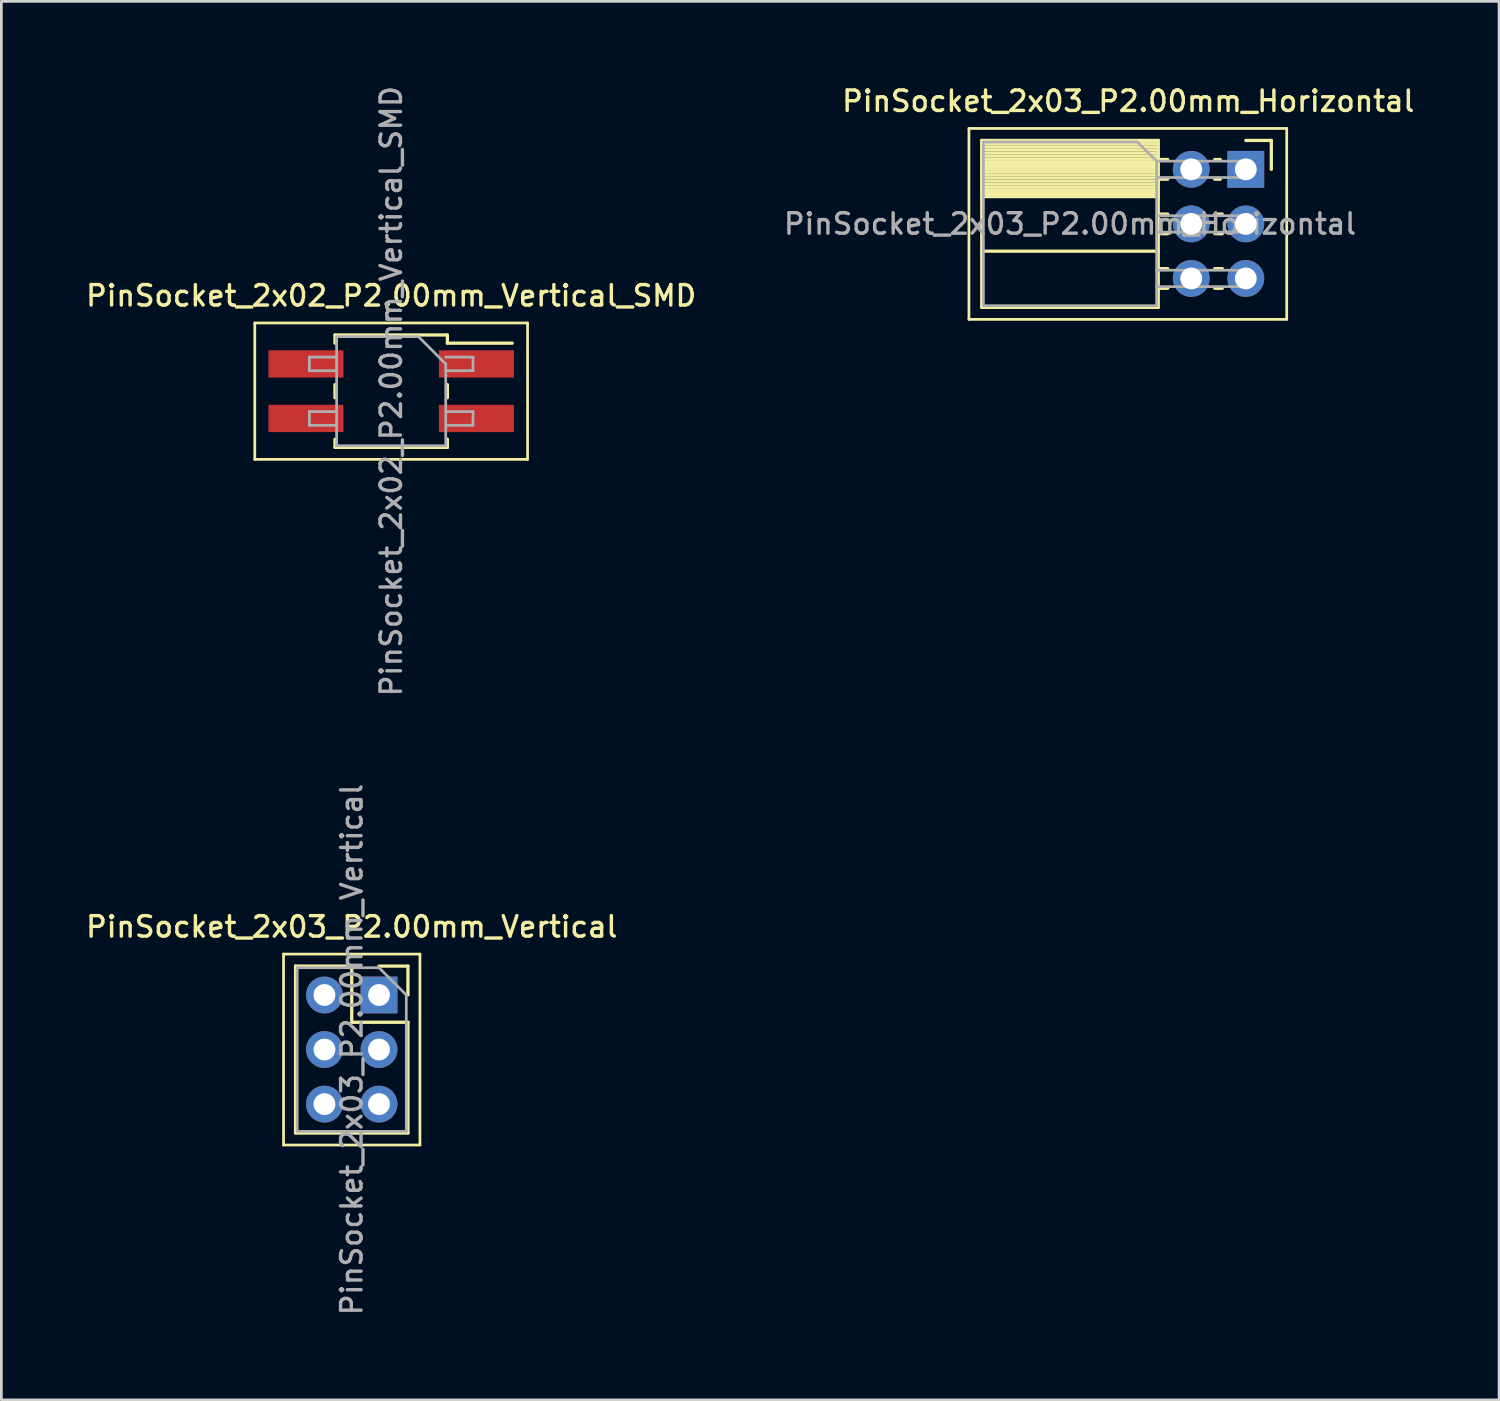
<source format=kicad_pcb>
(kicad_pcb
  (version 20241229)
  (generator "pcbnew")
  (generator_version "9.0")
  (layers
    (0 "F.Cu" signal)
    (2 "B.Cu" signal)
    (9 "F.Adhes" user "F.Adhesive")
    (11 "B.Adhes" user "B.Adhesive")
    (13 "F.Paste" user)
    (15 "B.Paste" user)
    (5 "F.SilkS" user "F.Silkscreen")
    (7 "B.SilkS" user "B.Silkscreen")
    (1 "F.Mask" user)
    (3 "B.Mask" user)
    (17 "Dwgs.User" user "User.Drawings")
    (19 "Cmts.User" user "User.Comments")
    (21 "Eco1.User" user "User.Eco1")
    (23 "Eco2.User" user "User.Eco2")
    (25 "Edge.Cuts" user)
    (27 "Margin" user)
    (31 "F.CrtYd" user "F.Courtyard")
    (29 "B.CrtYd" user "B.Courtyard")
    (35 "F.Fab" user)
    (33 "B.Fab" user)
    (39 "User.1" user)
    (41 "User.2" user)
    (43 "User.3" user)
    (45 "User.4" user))
  (footprint "PinSocket_2x03_P2.00mm_Horizontal"
    (layer "F.Cu")
    (at 42.622 3.158)
    (property "Reference" "PinSocket_2x03_P2.00mm_Horizontal" (at -4.31 -2.5 0) (layer "F.SilkS") (effects (font (size 0.75 0.75) (thickness 0.125))))
    (attr through_hole)
    (fp_line (start -10.15 -1.5) (end -10.15 5.5) (stroke (width 0.1) (type solid)) (layer "F.SilkS"))
    (fp_line (start -10.15 5.5) (end 1.5 5.5) (stroke (width 0.1) (type solid)) (layer "F.SilkS"))
    (fp_line (start -9.68 -1.06) (end -9.68 5.06) (stroke (width 0.12) (type solid)) (layer "F.SilkS"))
    (fp_line (start -9.68 -1.06) (end -3.21 -1.06) (stroke (width 0.12) (type solid)) (layer "F.SilkS"))
    (fp_line (start -9.68 -0.94) (end -3.21 -0.94) (stroke (width 0.12) (type solid)) (layer "F.SilkS"))
    (fp_line (start -9.68 -0.826) (end -3.21 -0.826) (stroke (width 0.12) (type solid)) (layer "F.SilkS"))
    (fp_line (start -9.68 -0.712) (end -3.21 -0.712) (stroke (width 0.12) (type solid)) (layer "F.SilkS"))
    (fp_line (start -9.68 -0.598) (end -3.21 -0.598) (stroke (width 0.12) (type solid)) (layer "F.SilkS"))
    (fp_line (start -9.68 -0.484) (end -3.21 -0.484) (stroke (width 0.12) (type solid)) (layer "F.SilkS"))
    (fp_line (start -9.68 -0.369) (end -3.21 -0.369) (stroke (width 0.12) (type solid)) (layer "F.SilkS"))
    (fp_line (start -9.68 -0.255) (end -3.21 -0.255) (stroke (width 0.12) (type solid)) (layer "F.SilkS"))
    (fp_line (start -9.68 -0.141) (end -3.21 -0.141) (stroke (width 0.12) (type solid)) (layer "F.SilkS"))
    (fp_line (start -9.68 -0.027) (end -3.21 -0.027) (stroke (width 0.12) (type solid)) (layer "F.SilkS"))
    (fp_line (start -9.68 0.087) (end -3.21 0.087) (stroke (width 0.12) (type solid)) (layer "F.SilkS"))
    (fp_line (start -9.68 0.201) (end -3.21 0.201) (stroke (width 0.12) (type solid)) (layer "F.SilkS"))
    (fp_line (start -9.68 0.315) (end -3.21 0.315) (stroke (width 0.12) (type solid)) (layer "F.SilkS"))
    (fp_line (start -9.68 0.429) (end -3.21 0.429) (stroke (width 0.12) (type solid)) (layer "F.SilkS"))
    (fp_line (start -9.68 0.544) (end -3.21 0.544) (stroke (width 0.12) (type solid)) (layer "F.SilkS"))
    (fp_line (start -9.68 0.658) (end -3.21 0.658) (stroke (width 0.12) (type solid)) (layer "F.SilkS"))
    (fp_line (start -9.68 0.772) (end -3.21 0.772) (stroke (width 0.12) (type solid)) (layer "F.SilkS"))
    (fp_line (start -9.68 0.886) (end -3.21 0.886) (stroke (width 0.12) (type solid)) (layer "F.SilkS"))
    (fp_line (start -9.68 1) (end -3.21 1) (stroke (width 0.12) (type solid)) (layer "F.SilkS"))
    (fp_line (start -9.68 3) (end -3.21 3) (stroke (width 0.12) (type solid)) (layer "F.SilkS"))
    (fp_line (start -9.68 5.06) (end -3.21 5.06) (stroke (width 0.12) (type solid)) (layer "F.SilkS"))
    (fp_line (start -3.21 -1.06) (end -3.21 5.06) (stroke (width 0.12) (type solid)) (layer "F.SilkS"))
    (fp_line (start -3.21 -0.36) (end -2.863 -0.36) (stroke (width 0.12) (type solid)) (layer "F.SilkS"))
    (fp_line (start -3.21 0.36) (end -2.863 0.36) (stroke (width 0.12) (type solid)) (layer "F.SilkS"))
    (fp_line (start -3.21 1.64) (end -2.863 1.64) (stroke (width 0.12) (type solid)) (layer "F.SilkS"))
    (fp_line (start -3.21 2.36) (end -2.863 2.36) (stroke (width 0.12) (type solid)) (layer "F.SilkS"))
    (fp_line (start -3.21 3.64) (end -2.863 3.64) (stroke (width 0.12) (type solid)) (layer "F.SilkS"))
    (fp_line (start -3.21 4.36) (end -2.863 4.36) (stroke (width 0.12) (type solid)) (layer "F.SilkS"))
    (fp_line (start -1.137 -0.36) (end -0.935 -0.36) (stroke (width 0.12) (type solid)) (layer "F.SilkS"))
    (fp_line (start -1.137 0.36) (end -0.935 0.36) (stroke (width 0.12) (type solid)) (layer "F.SilkS"))
    (fp_line (start -1.137 1.64) (end -0.863 1.64) (stroke (width 0.12) (type solid)) (layer "F.SilkS"))
    (fp_line (start -1.137 2.36) (end -0.863 2.36) (stroke (width 0.12) (type solid)) (layer "F.SilkS"))
    (fp_line (start -1.137 3.64) (end -0.863 3.64) (stroke (width 0.12) (type solid)) (layer "F.SilkS"))
    (fp_line (start -1.137 4.36) (end -0.863 4.36) (stroke (width 0.12) (type solid)) (layer "F.SilkS"))
    (fp_line (start 0 -1.06) (end 0.935 -1.06) (stroke (width 0.12) (type solid)) (layer "F.SilkS"))
    (fp_line (start 0.935 -1.06) (end 0.935 0) (stroke (width 0.12) (type solid)) (layer "F.SilkS"))
    (fp_line (start 1.5 -1.5) (end -10.15 -1.5) (stroke (width 0.1) (type solid)) (layer "F.SilkS"))
    (fp_line (start 1.5 5.5) (end 1.5 -1.5) (stroke (width 0.1) (type solid)) (layer "F.SilkS"))
    (fp_line (start -9.62 -1) (end -3.97 -1) (stroke (width 0.1) (type solid)) (layer "F.Fab"))
    (fp_line (start -9.62 5) (end -9.62 -1) (stroke (width 0.1) (type solid)) (layer "F.Fab"))
    (fp_line (start -3.97 -1) (end -3.27 -0.3) (stroke (width 0.1) (type solid)) (layer "F.Fab"))
    (fp_line (start -3.27 -0.3) (end -3.27 5) (stroke (width 0.1) (type solid)) (layer "F.Fab"))
    (fp_line (start -3.27 0.3) (end 0 0.3) (stroke (width 0.1) (type solid)) (layer "F.Fab"))
    (fp_line (start -3.27 2.3) (end 0 2.3) (stroke (width 0.1) (type solid)) (layer "F.Fab"))
    (fp_line (start -3.27 4.3) (end 0 4.3) (stroke (width 0.1) (type solid)) (layer "F.Fab"))
    (fp_line (start -3.27 5) (end -9.62 5) (stroke (width 0.1) (type solid)) (layer "F.Fab"))
    (fp_line (start 0 -0.3) (end -3.27 -0.3) (stroke (width 0.1) (type solid)) (layer "F.Fab"))
    (fp_line (start 0 0.3) (end 0 -0.3) (stroke (width 0.1) (type solid)) (layer "F.Fab"))
    (fp_line (start 0 1.7) (end -3.27 1.7) (stroke (width 0.1) (type solid)) (layer "F.Fab"))
    (fp_line (start 0 2.3) (end 0 1.7) (stroke (width 0.1) (type solid)) (layer "F.Fab"))
    (fp_line (start 0 3.7) (end -3.27 3.7) (stroke (width 0.1) (type solid)) (layer "F.Fab"))
    (fp_line (start 0 4.3) (end 0 3.7) (stroke (width 0.1) (type solid)) (layer "F.Fab"))
    (fp_text user "${REFERENCE}" (at -6.445 2 0) (layer "F.Fab") (effects (font (size 0.75 0.75) (thickness 0.125))))
    (pad "1" thru_hole rect (at 0 0) (size 1.35 1.35) (drill 0.8) (layers "*.Cu" "*.Mask"))
    (pad "2" thru_hole oval (at -2 0) (size 1.35 1.35) (drill 0.8) (layers "*.Cu" "*.Mask"))
    (pad "3" thru_hole oval (at 0 2) (size 1.35 1.35) (drill 0.8) (layers "*.Cu" "*.Mask"))
    (pad "4" thru_hole oval (at -2 2) (size 1.35 1.35) (drill 0.8) (layers "*.Cu" "*.Mask"))
    (pad "5" thru_hole oval (at 0 4) (size 1.35 1.35) (drill 0.8) (layers "*.Cu" "*.Mask"))
    (pad "6" thru_hole oval (at -2 4) (size 1.35 1.35) (drill 0.8) (layers "*.Cu" "*.Mask")))
  (footprint "PinSocket_2x02_P2.00mm_Vertical_SMD"
    (layer "F.Cu")
    (at 11.291 11.291)
    (property "Reference" "PinSocket_2x02_P2.00mm_Vertical_SMD" (at 0 -3.5 0) (layer "F.SilkS") (effects (font (size 0.75 0.75) (thickness 0.125))))
    (attr smd)
    (fp_line (start -5 -2.5) (end 5 -2.5) (stroke (width 0.1) (type solid)) (layer "F.SilkS"))
    (fp_line (start -5 2.5) (end -5 -2.5) (stroke (width 0.1) (type solid)) (layer "F.SilkS"))
    (fp_line (start -2.06 -2.06) (end -2.06 -1.76) (stroke (width 0.12) (type solid)) (layer "F.SilkS"))
    (fp_line (start -2.06 -2.06) (end 2.06 -2.06) (stroke (width 0.12) (type solid)) (layer "F.SilkS"))
    (fp_line (start -2.06 -0.24) (end -2.06 0.24) (stroke (width 0.12) (type solid)) (layer "F.SilkS"))
    (fp_line (start -2.06 1.76) (end -2.06 2.06) (stroke (width 0.12) (type solid)) (layer "F.SilkS"))
    (fp_line (start -2.06 2.06) (end 2.06 2.06) (stroke (width 0.12) (type solid)) (layer "F.SilkS"))
    (fp_line (start 2.06 -2.06) (end 2.06 -1.76) (stroke (width 0.12) (type solid)) (layer "F.SilkS"))
    (fp_line (start 2.06 -1.76) (end 4.44 -1.76) (stroke (width 0.12) (type solid)) (layer "F.SilkS"))
    (fp_line (start 2.06 -0.24) (end 2.06 0.24) (stroke (width 0.12) (type solid)) (layer "F.SilkS"))
    (fp_line (start 2.06 1.76) (end 2.06 2.06) (stroke (width 0.12) (type solid)) (layer "F.SilkS"))
    (fp_line (start 5 -2.5) (end 5 2.5) (stroke (width 0.1) (type solid)) (layer "F.SilkS"))
    (fp_line (start 5 2.5) (end -5 2.5) (stroke (width 0.1) (type solid)) (layer "F.SilkS"))
    (fp_line (start -3 -1.25) (end -2 -1.25) (stroke (width 0.1) (type solid)) (layer "F.Fab"))
    (fp_line (start -3 -0.75) (end -3 -1.25) (stroke (width 0.1) (type solid)) (layer "F.Fab"))
    (fp_line (start -3 0.75) (end -2 0.75) (stroke (width 0.1) (type solid)) (layer "F.Fab"))
    (fp_line (start -3 1.25) (end -3 0.75) (stroke (width 0.1) (type solid)) (layer "F.Fab"))
    (fp_line (start -2 -2) (end 1 -2) (stroke (width 0.1) (type solid)) (layer "F.Fab"))
    (fp_line (start -2 -0.75) (end -3 -0.75) (stroke (width 0.1) (type solid)) (layer "F.Fab"))
    (fp_line (start -2 1.25) (end -3 1.25) (stroke (width 0.1) (type solid)) (layer "F.Fab"))
    (fp_line (start -2 2) (end -2 -2) (stroke (width 0.1) (type solid)) (layer "F.Fab"))
    (fp_line (start 1 -2) (end 2 -1) (stroke (width 0.1) (type solid)) (layer "F.Fab"))
    (fp_line (start 2 -1.25) (end 3 -1.25) (stroke (width 0.1) (type solid)) (layer "F.Fab"))
    (fp_line (start 2 -1) (end 2 2) (stroke (width 0.1) (type solid)) (layer "F.Fab"))
    (fp_line (start 2 0.75) (end 3 0.75) (stroke (width 0.1) (type solid)) (layer "F.Fab"))
    (fp_line (start 2 2) (end -2 2) (stroke (width 0.1) (type solid)) (layer "F.Fab"))
    (fp_line (start 3 -1.25) (end 3 -0.75) (stroke (width 0.1) (type solid)) (layer "F.Fab"))
    (fp_line (start 3 -0.75) (end 2 -0.75) (stroke (width 0.1) (type solid)) (layer "F.Fab"))
    (fp_line (start 3 0.75) (end 3 1.25) (stroke (width 0.1) (type solid)) (layer "F.Fab"))
    (fp_line (start 3 1.25) (end 2 1.25) (stroke (width 0.1) (type solid)) (layer "F.Fab"))
    (fp_text user "${REFERENCE}" (at 0 0 90) (layer "F.Fab") (effects (font (size 0.75 0.75) (thickness 0.125))))
    (pad "1" smd rect (at 3.125 -1) (size 2.75 1) (layers "F.Cu" "F.Mask" "F.Paste"))
    (pad "2" smd rect (at -3.125 -1) (size 2.75 1) (layers "F.Cu" "F.Mask" "F.Paste"))
    (pad "3" smd rect (at 3.125 1) (size 2.75 1) (layers "F.Cu" "F.Mask" "F.Paste"))
    (pad "4" smd rect (at -3.125 1) (size 2.75 1) (layers "F.Cu" "F.Mask" "F.Paste")))
  (footprint "PinSocket_2x03_P2.00mm_Vertical"
    (layer "F.Cu")
    (at 10.845 33.427)
    (property "Reference" "PinSocket_2x03_P2.00mm_Vertical" (at -1 -2.5 0) (layer "F.SilkS") (effects (font (size 0.75 0.75) (thickness 0.125))))
    (attr through_hole)
    (fp_line (start -3.5 -1.5) (end 1.5 -1.5) (stroke (width 0.1) (type solid)) (layer "F.SilkS"))
    (fp_line (start -3.5 5.5) (end -3.5 -1.5) (stroke (width 0.1) (type solid)) (layer "F.SilkS"))
    (fp_line (start -3.06 -1.06) (end -3.06 5.06) (stroke (width 0.12) (type solid)) (layer "F.SilkS"))
    (fp_line (start -3.06 -1.06) (end -1 -1.06) (stroke (width 0.12) (type solid)) (layer "F.SilkS"))
    (fp_line (start -3.06 5.06) (end 1.06 5.06) (stroke (width 0.12) (type solid)) (layer "F.SilkS"))
    (fp_line (start -1 -1.06) (end -1 1) (stroke (width 0.12) (type solid)) (layer "F.SilkS"))
    (fp_line (start -1 1) (end 1.06 1) (stroke (width 0.12) (type solid)) (layer "F.SilkS"))
    (fp_line (start 0 -1.06) (end 1.06 -1.06) (stroke (width 0.12) (type solid)) (layer "F.SilkS"))
    (fp_line (start 1.06 -1.06) (end 1.06 0) (stroke (width 0.12) (type solid)) (layer "F.SilkS"))
    (fp_line (start 1.06 1) (end 1.06 5.06) (stroke (width 0.12) (type solid)) (layer "F.SilkS"))
    (fp_line (start 1.5 -1.5) (end 1.5 5.5) (stroke (width 0.1) (type solid)) (layer "F.SilkS"))
    (fp_line (start 1.5 5.5) (end -3.5 5.5) (stroke (width 0.1) (type solid)) (layer "F.SilkS"))
    (fp_line (start -3 -1) (end 0 -1) (stroke (width 0.1) (type solid)) (layer "F.Fab"))
    (fp_line (start -3 5) (end -3 -1) (stroke (width 0.1) (type solid)) (layer "F.Fab"))
    (fp_line (start 0 -1) (end 1 0) (stroke (width 0.1) (type solid)) (layer "F.Fab"))
    (fp_line (start 1 0) (end 1 5) (stroke (width 0.1) (type solid)) (layer "F.Fab"))
    (fp_line (start 1 5) (end -3 5) (stroke (width 0.1) (type solid)) (layer "F.Fab"))
    (fp_text user "${REFERENCE}" (at -1 2 90) (layer "F.Fab") (effects (font (size 0.75 0.75) (thickness 0.125))))
    (pad "1" thru_hole rect (at 0 0) (size 1.35 1.35) (drill 0.8) (layers "*.Cu" "*.Mask"))
    (pad "2" thru_hole oval (at -2 0) (size 1.35 1.35) (drill 0.8) (layers "*.Cu" "*.Mask"))
    (pad "3" thru_hole oval (at 0 2) (size 1.35 1.35) (drill 0.8) (layers "*.Cu" "*.Mask"))
    (pad "4" thru_hole oval (at -2 2) (size 1.35 1.35) (drill 0.8) (layers "*.Cu" "*.Mask"))
    (pad "5" thru_hole oval (at 0 4) (size 1.35 1.35) (drill 0.8) (layers "*.Cu" "*.Mask"))
    (pad "6" thru_hole oval (at -2 4) (size 1.35 1.35) (drill 0.8) (layers "*.Cu" "*.Mask")))
  (gr_rect
    (start -3 -3)
    (end 51.906 48.271)
    (stroke (width 0.1) (type default))
    (fill no)
    (layer "Edge.Cuts")))
</source>
